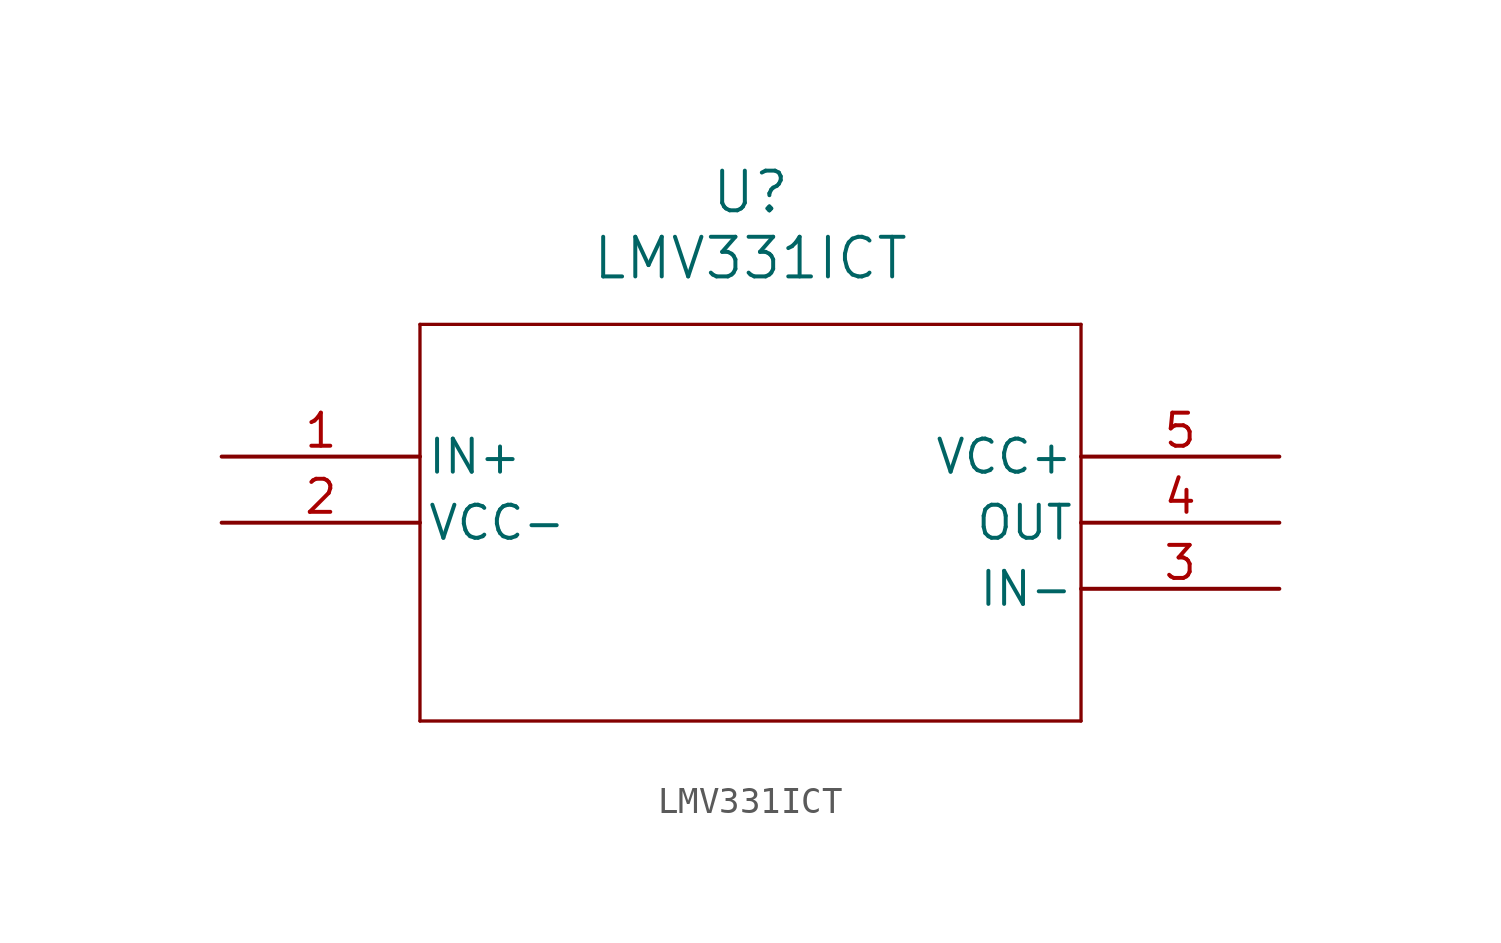
<source format=kicad_sym>
(kicad_symbol_lib
  (version 20211014)
  (generator kicad_symbol_editor)
  (symbol "LMV331ICT"
    (pin_names
      (offset 0.254))
    (property "Reference" "U"
      (at 20.32 10.16 0)
      (effects (font (size 1.524 1.524))))
    (property "Value" "LMV331ICT"
      (at 20.32 7.62 0)
      (effects (font (size 1.524 1.524))))
    (symbol "LMV331ICT_0_1"
      (polyline (pts (xy 7.62 5.08) (xy 7.62 -10.16)) (stroke (width 0.127) (type default) (color 0 0 0 0)) (fill (type none)))
      (polyline (pts (xy 7.62 -10.16) (xy 33.02 -10.16)) (stroke (width 0.127) (type default) (color 0 0 0 0)) (fill (type none)))
      (polyline (pts (xy 33.02 -10.16) (xy 33.02 5.08)) (stroke (width 0.127) (type default) (color 0 0 0 0)) (fill (type none)))
      (polyline (pts (xy 33.02 5.08) (xy 7.62 5.08)) (stroke (width 0.127) (type default) (color 0 0 0 0)) (fill (type none)))
      (pin input line (at 0 0 0) (length 7.62) (name "IN+" (effects (font (size 1.27 1.27)))) (number "1" (effects (font (size 1.27 1.27)))))
      (pin power_in line (at 0 -2.54 0) (length 7.62) (name "VCC-" (effects (font (size 1.27 1.27)))) (number "2" (effects (font (size 1.27 1.27)))))
      (pin input line (at 40.64 -5.08 180) (length 7.62) (name "IN-" (effects (font (size 1.27 1.27)))) (number "3" (effects (font (size 1.27 1.27)))))
      (pin output line (at 40.64 -2.54 180) (length 7.62) (name "OUT" (effects (font (size 1.27 1.27)))) (number "4" (effects (font (size 1.27 1.27)))))
      (pin power_in line (at 40.64 0 180) (length 7.62) (name "VCC+" (effects (font (size 1.27 1.27)))) (number "5" (effects (font (size 1.27 1.27))))))))
</source>
